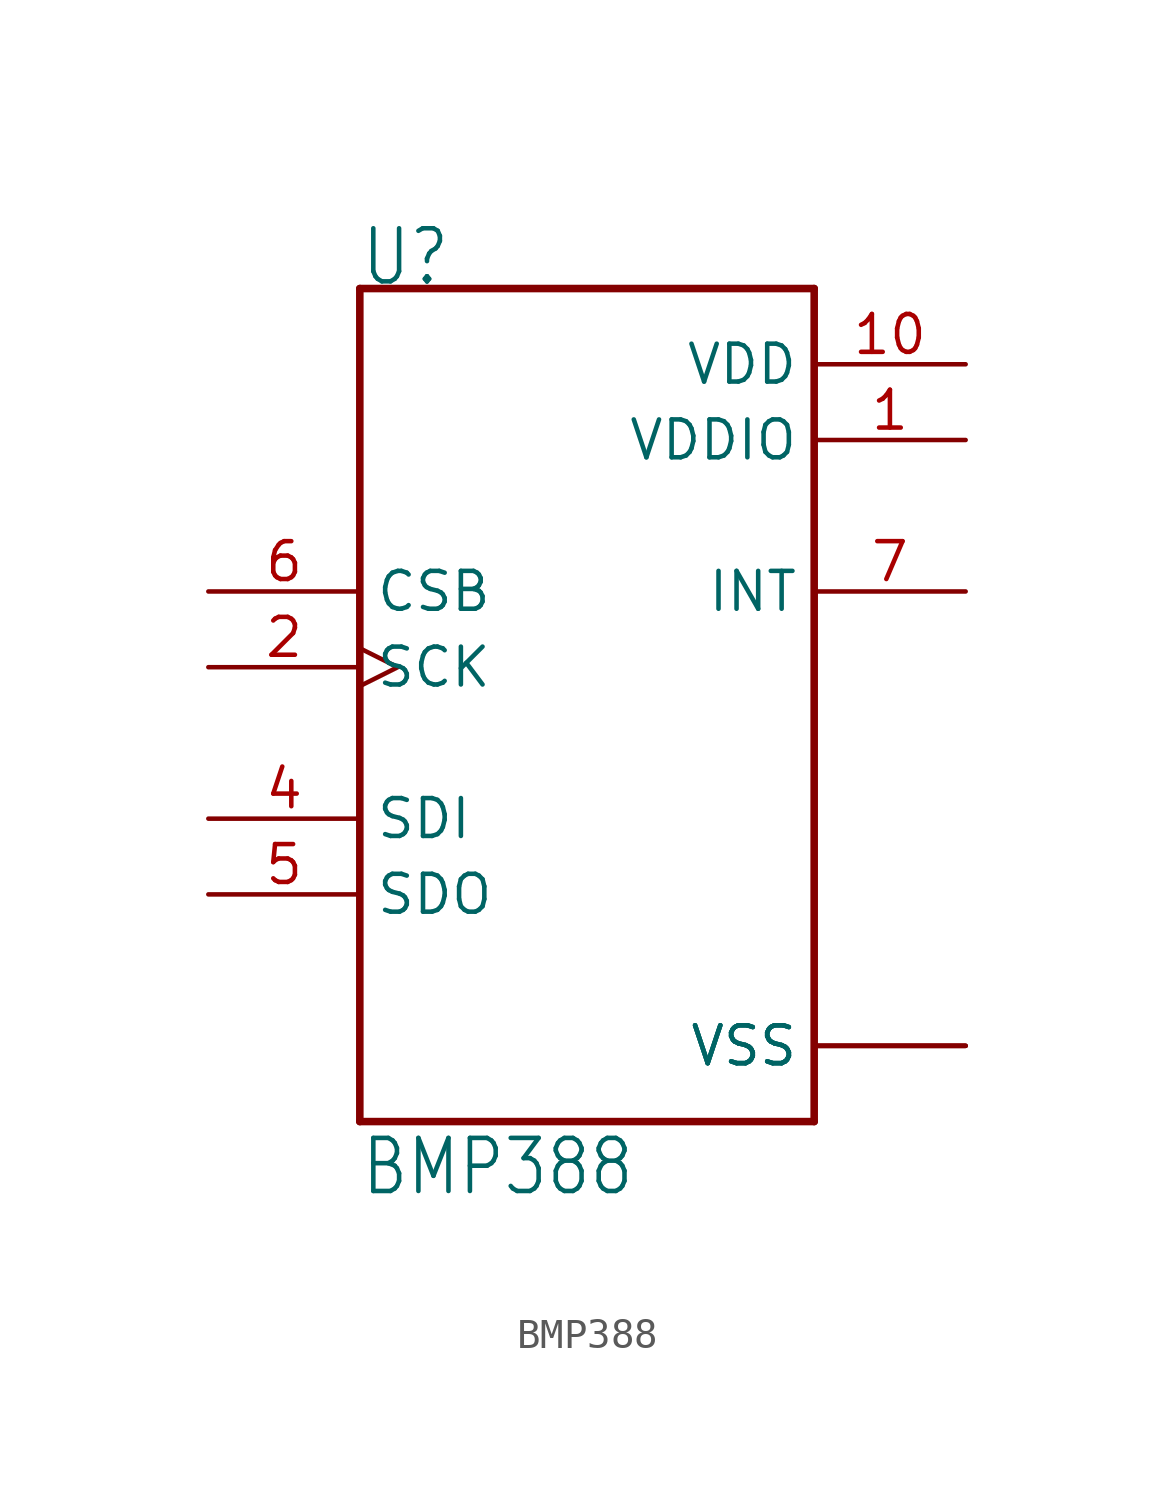
<source format=kicad_sym>
(kicad_symbol_lib
  (version 20211014)
  (generator kicad_symbol_editor)
  (symbol "BMP388"
    (property "Reference" "U"
      (at -7.628 15.256 0)
      (effects (font (size 1.78 1.513)) (justify left bottom)))
    (property "Value" "BMP388"
      (at -7.627 -15.254 0)
      (effects (font (size 1.78 1.512)) (justify left bottom)))
    (property "ki_locked" ""
      (at 0 0 0)
      (effects (font (size 1.27 1.27))))
    (symbol "BMP388_1_0"
      (polyline (pts (xy -7.62 -12.7) (xy -7.62 15.24)) (stroke (width 0.254) (type default) (color 0 0 0 0)) (fill (type none)))
      (polyline (pts (xy -7.62 15.24) (xy 7.62 15.24)) (stroke (width 0.254) (type default) (color 0 0 0 0)) (fill (type none)))
      (polyline (pts (xy 7.62 -12.7) (xy -7.62 -12.7)) (stroke (width 0.254) (type default) (color 0 0 0 0)) (fill (type none)))
      (polyline (pts (xy 7.62 15.24) (xy 7.62 -12.7)) (stroke (width 0.254) (type default) (color 0 0 0 0)) (fill (type none)))
      (pin power_in line (at 12.7 10.16 180) (length 5.08) (name "VDDIO" (effects (font (size 1.27 1.27)))) (number "1" (effects (font (size 1.27 1.27)))))
      (pin power_in line (at 12.7 12.7 180) (length 5.08) (name "VDD" (effects (font (size 1.27 1.27)))) (number "10" (effects (font (size 1.27 1.27)))))
      (pin input clock (at -12.7 2.54 0) (length 5.08) (name "SCK" (effects (font (size 1.27 1.27)))) (number "2" (effects (font (size 1.27 1.27)))))
      (pin power_in line (at 12.7 -10.16 180) (length 5.08) (name "VSS" (effects (font (size 1.27 1.27)))) (number "3" (effects (font (size 0 0)))))
      (pin bidirectional line (at -12.7 -2.54 0) (length 5.08) (name "SDI" (effects (font (size 1.27 1.27)))) (number "4" (effects (font (size 1.27 1.27)))))
      (pin bidirectional line (at -12.7 -5.08 0) (length 5.08) (name "SDO" (effects (font (size 1.27 1.27)))) (number "5" (effects (font (size 1.27 1.27)))))
      (pin input line (at -12.7 5.08 0) (length 5.08) (name "CSB" (effects (font (size 1.27 1.27)))) (number "6" (effects (font (size 1.27 1.27)))))
      (pin output line (at 12.7 5.08 180) (length 5.08) (name "INT" (effects (font (size 1.27 1.27)))) (number "7" (effects (font (size 1.27 1.27)))))
      (pin power_in line (at 12.7 -10.16 180) (length 5.08) (name "VSS" (effects (font (size 1.27 1.27)))) (number "8" (effects (font (size 0 0)))))
      (pin power_in line (at 12.7 -10.16 180) (length 5.08) (name "VSS" (effects (font (size 1.27 1.27)))) (number "9" (effects (font (size 0 0))))))))
</source>
